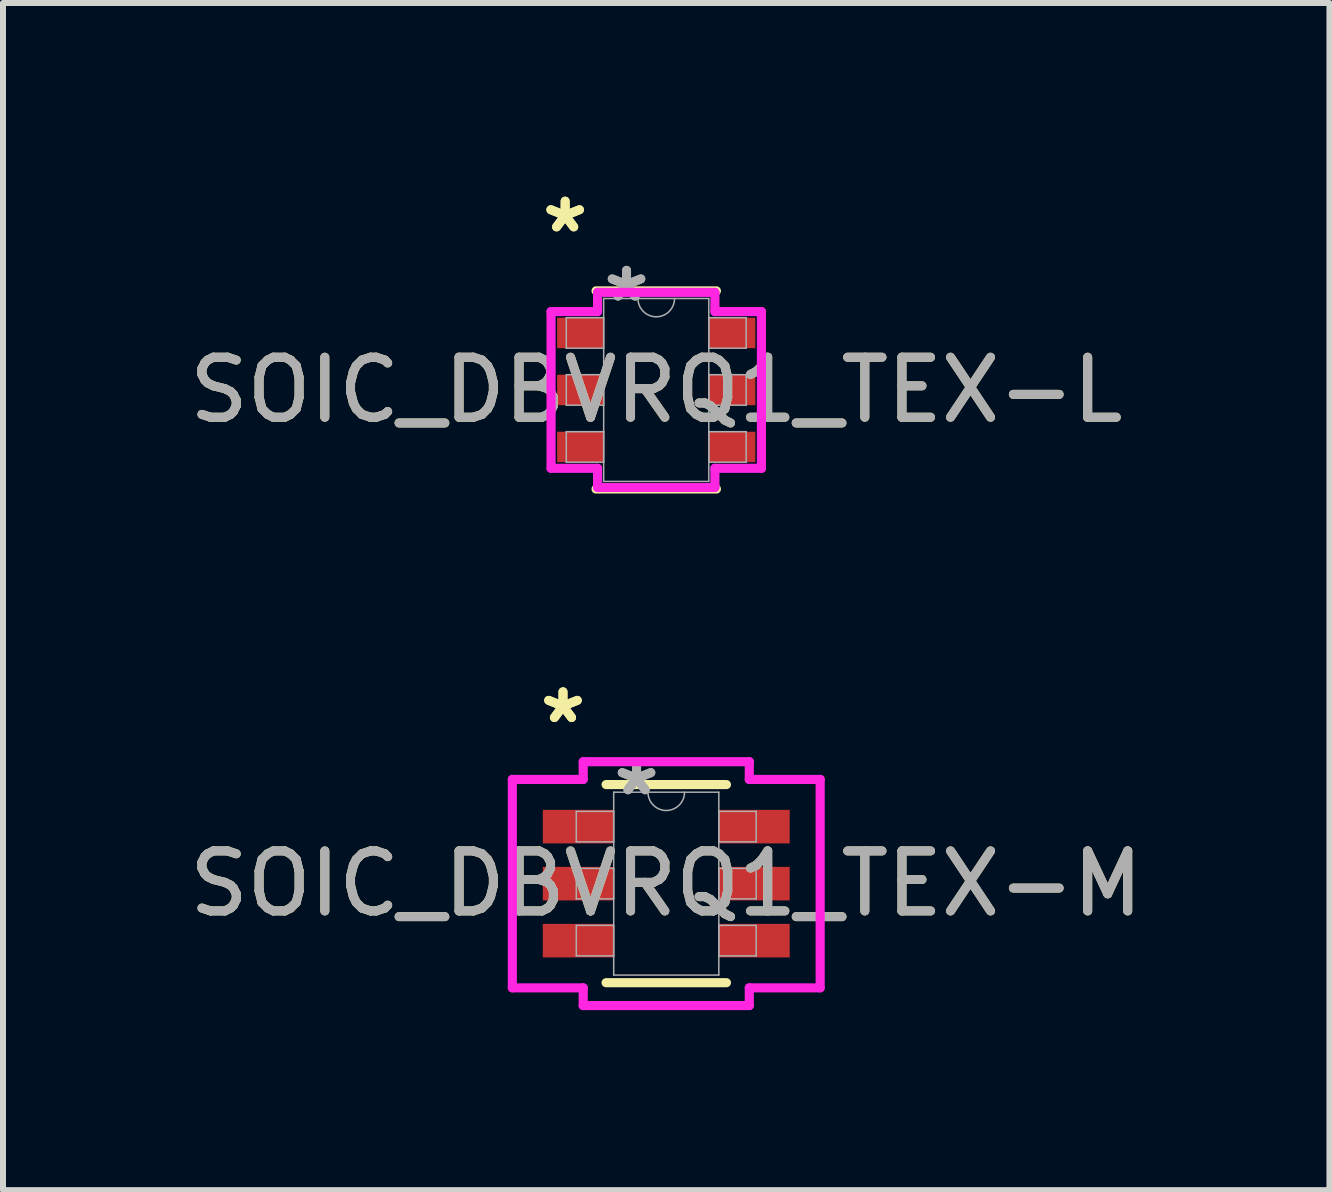
<source format=kicad_pcb>
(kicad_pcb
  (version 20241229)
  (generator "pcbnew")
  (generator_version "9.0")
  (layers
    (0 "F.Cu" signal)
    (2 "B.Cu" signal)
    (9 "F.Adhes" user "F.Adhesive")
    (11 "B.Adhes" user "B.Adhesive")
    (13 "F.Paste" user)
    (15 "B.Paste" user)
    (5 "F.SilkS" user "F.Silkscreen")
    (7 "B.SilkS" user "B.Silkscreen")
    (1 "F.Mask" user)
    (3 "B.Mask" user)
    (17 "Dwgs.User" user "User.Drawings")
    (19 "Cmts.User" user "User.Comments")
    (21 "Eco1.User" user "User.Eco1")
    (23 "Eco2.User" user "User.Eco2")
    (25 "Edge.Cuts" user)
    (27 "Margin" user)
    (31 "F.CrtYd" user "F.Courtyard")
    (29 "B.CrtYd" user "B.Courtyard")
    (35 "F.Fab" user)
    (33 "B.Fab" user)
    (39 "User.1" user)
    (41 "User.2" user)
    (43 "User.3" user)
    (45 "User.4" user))
  (footprint "SOIC_DBVRQ1_TEX-L"
    (layer "F.Cu")
    (at 7.887 3.449)
    (property "Reference" "SOIC_DBVRQ1_TEX-L" (at 0 0 0) (unlocked yes) (layer "F.SilkS") (effects (font (size 1 1) (thickness 0.15))))
    (attr smd)
    (fp_line (start -1.003 1.651) (end 1.003 1.651) (stroke (width 0.152) (type solid)) (layer "F.SilkS"))
    (fp_line (start 1.003 -1.651) (end -1.003 -1.651) (stroke (width 0.152) (type solid)) (layer "F.SilkS"))
    (fp_line (start -1.753 -1.306) (end -0.978 -1.306) (stroke (width 0.152) (type solid)) (layer "F.CrtYd"))
    (fp_line (start -1.753 1.306) (end -1.753 -1.306) (stroke (width 0.152) (type solid)) (layer "F.CrtYd"))
    (fp_line (start -1.753 1.306) (end -0.978 1.306) (stroke (width 0.152) (type solid)) (layer "F.CrtYd"))
    (fp_line (start -0.978 -1.626) (end 0.978 -1.626) (stroke (width 0.152) (type solid)) (layer "F.CrtYd"))
    (fp_line (start -0.978 -1.306) (end -0.978 -1.626) (stroke (width 0.152) (type solid)) (layer "F.CrtYd"))
    (fp_line (start -0.978 1.626) (end -0.978 1.306) (stroke (width 0.152) (type solid)) (layer "F.CrtYd"))
    (fp_line (start 0.978 -1.626) (end 0.978 -1.306) (stroke (width 0.152) (type solid)) (layer "F.CrtYd"))
    (fp_line (start 0.978 1.306) (end 0.978 1.626) (stroke (width 0.152) (type solid)) (layer "F.CrtYd"))
    (fp_line (start 0.978 1.626) (end -0.978 1.626) (stroke (width 0.152) (type solid)) (layer "F.CrtYd"))
    (fp_line (start 1.753 -1.306) (end 0.978 -1.306) (stroke (width 0.152) (type solid)) (layer "F.CrtYd"))
    (fp_line (start 1.753 -1.306) (end 1.753 1.306) (stroke (width 0.152) (type solid)) (layer "F.CrtYd"))
    (fp_line (start 1.753 1.306) (end 0.978 1.306) (stroke (width 0.152) (type solid)) (layer "F.CrtYd"))
    (fp_line (start -1.499 -1.204) (end -1.499 -0.696) (stroke (width 0.025) (type solid)) (layer "F.Fab"))
    (fp_line (start -1.499 -0.696) (end -0.876 -0.696) (stroke (width 0.025) (type solid)) (layer "F.Fab"))
    (fp_line (start -1.499 -0.254) (end -1.499 0.254) (stroke (width 0.025) (type solid)) (layer "F.Fab"))
    (fp_line (start -1.499 0.254) (end -0.876 0.254) (stroke (width 0.025) (type solid)) (layer "F.Fab"))
    (fp_line (start -1.499 0.696) (end -1.499 1.204) (stroke (width 0.025) (type solid)) (layer "F.Fab"))
    (fp_line (start -1.499 1.204) (end -0.876 1.204) (stroke (width 0.025) (type solid)) (layer "F.Fab"))
    (fp_line (start -0.876 -1.524) (end -0.876 1.524) (stroke (width 0.025) (type solid)) (layer "F.Fab"))
    (fp_line (start -0.876 -1.204) (end -1.499 -1.204) (stroke (width 0.025) (type solid)) (layer "F.Fab"))
    (fp_line (start -0.876 -0.696) (end -0.876 -1.204) (stroke (width 0.025) (type solid)) (layer "F.Fab"))
    (fp_line (start -0.876 -0.254) (end -1.499 -0.254) (stroke (width 0.025) (type solid)) (layer "F.Fab"))
    (fp_line (start -0.876 0.254) (end -0.876 -0.254) (stroke (width 0.025) (type solid)) (layer "F.Fab"))
    (fp_line (start -0.876 0.696) (end -1.499 0.696) (stroke (width 0.025) (type solid)) (layer "F.Fab"))
    (fp_line (start -0.876 1.204) (end -0.876 0.696) (stroke (width 0.025) (type solid)) (layer "F.Fab"))
    (fp_line (start -0.876 1.524) (end 0.876 1.524) (stroke (width 0.025) (type solid)) (layer "F.Fab"))
    (fp_line (start 0.876 -1.524) (end -0.876 -1.524) (stroke (width 0.025) (type solid)) (layer "F.Fab"))
    (fp_line (start 0.876 -1.204) (end 0.876 -0.696) (stroke (width 0.025) (type solid)) (layer "F.Fab"))
    (fp_line (start 0.876 -0.696) (end 1.499 -0.696) (stroke (width 0.025) (type solid)) (layer "F.Fab"))
    (fp_line (start 0.876 -0.254) (end 0.876 0.254) (stroke (width 0.025) (type solid)) (layer "F.Fab"))
    (fp_line (start 0.876 0.254) (end 1.499 0.254) (stroke (width 0.025) (type solid)) (layer "F.Fab"))
    (fp_line (start 0.876 0.696) (end 0.876 1.204) (stroke (width 0.025) (type solid)) (layer "F.Fab"))
    (fp_line (start 0.876 1.204) (end 1.499 1.204) (stroke (width 0.025) (type solid)) (layer "F.Fab"))
    (fp_line (start 0.876 1.524) (end 0.876 -1.524) (stroke (width 0.025) (type solid)) (layer "F.Fab"))
    (fp_line (start 1.499 -1.204) (end 0.876 -1.204) (stroke (width 0.025) (type solid)) (layer "F.Fab"))
    (fp_line (start 1.499 -0.696) (end 1.499 -1.204) (stroke (width 0.025) (type solid)) (layer "F.Fab"))
    (fp_line (start 1.499 -0.254) (end 0.876 -0.254) (stroke (width 0.025) (type solid)) (layer "F.Fab"))
    (fp_line (start 1.499 0.254) (end 1.499 -0.254) (stroke (width 0.025) (type solid)) (layer "F.Fab"))
    (fp_line (start 1.499 0.696) (end 0.876 0.696) (stroke (width 0.025) (type solid)) (layer "F.Fab"))
    (fp_line (start 1.499 1.204) (end 1.499 0.696) (stroke (width 0.025) (type solid)) (layer "F.Fab"))
    (fp_arc (start 0.3048 -1.524) (mid 0 -1.2192) (end -0.3048 -1.524) (stroke (width 0.0254) (type solid)) (layer "F.Fab"))
    (fp_text user "*" (at -1.518 -2.601 0) (layer "F.SilkS") (effects (font (size 1 1) (thickness 0.15))))
    (fp_text user "*" (at -1.518 -2.601 0) (unlocked yes) (layer "F.SilkS") (effects (font (size 1 1) (thickness 0.15))))
    (fp_text user "${REFERENCE}" (at 0 0 0) (unlocked yes) (layer "F.Fab") (effects (font (size 1 1) (thickness 0.15))))
    (fp_text user "*" (at -0.495 -1.448 0) (unlocked yes) (layer "F.Fab") (effects (font (size 1 1) (thickness 0.15))))
    (fp_text user "*" (at -0.495 -1.448 0) (layer "F.Fab") (effects (font (size 1 1) (thickness 0.15))))
    (pad "1" smd rect (at -1.264 -0.95) (size 0.775 0.508) (layers "F.Cu" "F.Mask" "F.Paste"))
    (pad "2" smd rect (at -1.264 0) (size 0.775 0.508) (layers "F.Cu" "F.Mask" "F.Paste"))
    (pad "3" smd rect (at -1.264 0.95) (size 0.775 0.508) (layers "F.Cu" "F.Mask" "F.Paste"))
    (pad "4" smd rect (at 1.264 0.95) (size 0.775 0.508) (layers "F.Cu" "F.Mask" "F.Paste"))
    (pad "5" smd rect (at 1.264 0) (size 0.775 0.508) (layers "F.Cu" "F.Mask" "F.Paste"))
    (pad "6" smd rect (at 1.264 -0.95) (size 0.775 0.508) (layers "F.Cu" "F.Mask" "F.Paste")))
  (footprint "SOIC_DBVRQ1_TEX-M"
    (layer "F.Cu")
    (at 8.054 11.677)
    (property "Reference" "SOIC_DBVRQ1_TEX-M" (at 0 0 0) (unlocked yes) (layer "F.SilkS") (effects (font (size 1 1) (thickness 0.15))))
    (attr smd)
    (fp_line (start -1.003 1.651) (end 1.003 1.651) (stroke (width 0.152) (type solid)) (layer "F.SilkS"))
    (fp_line (start 1.003 -1.651) (end -1.003 -1.651) (stroke (width 0.152) (type solid)) (layer "F.SilkS"))
    (fp_line (start -2.565 -1.737) (end -1.384 -1.737) (stroke (width 0.152) (type solid)) (layer "F.CrtYd"))
    (fp_line (start -2.565 1.737) (end -2.565 -1.737) (stroke (width 0.152) (type solid)) (layer "F.CrtYd"))
    (fp_line (start -2.565 1.737) (end -1.384 1.737) (stroke (width 0.152) (type solid)) (layer "F.CrtYd"))
    (fp_line (start -1.384 -2.032) (end 1.384 -2.032) (stroke (width 0.152) (type solid)) (layer "F.CrtYd"))
    (fp_line (start -1.384 -1.737) (end -1.384 -2.032) (stroke (width 0.152) (type solid)) (layer "F.CrtYd"))
    (fp_line (start -1.384 2.032) (end -1.384 1.737) (stroke (width 0.152) (type solid)) (layer "F.CrtYd"))
    (fp_line (start 1.384 -2.032) (end 1.384 -1.737) (stroke (width 0.152) (type solid)) (layer "F.CrtYd"))
    (fp_line (start 1.384 1.737) (end 1.384 2.032) (stroke (width 0.152) (type solid)) (layer "F.CrtYd"))
    (fp_line (start 1.384 2.032) (end -1.384 2.032) (stroke (width 0.152) (type solid)) (layer "F.CrtYd"))
    (fp_line (start 2.565 -1.737) (end 1.384 -1.737) (stroke (width 0.152) (type solid)) (layer "F.CrtYd"))
    (fp_line (start 2.565 -1.737) (end 2.565 1.737) (stroke (width 0.152) (type solid)) (layer "F.CrtYd"))
    (fp_line (start 2.565 1.737) (end 1.384 1.737) (stroke (width 0.152) (type solid)) (layer "F.CrtYd"))
    (fp_line (start -1.499 -1.204) (end -1.499 -0.696) (stroke (width 0.025) (type solid)) (layer "F.Fab"))
    (fp_line (start -1.499 -0.696) (end -0.876 -0.696) (stroke (width 0.025) (type solid)) (layer "F.Fab"))
    (fp_line (start -1.499 -0.254) (end -1.499 0.254) (stroke (width 0.025) (type solid)) (layer "F.Fab"))
    (fp_line (start -1.499 0.254) (end -0.876 0.254) (stroke (width 0.025) (type solid)) (layer "F.Fab"))
    (fp_line (start -1.499 0.696) (end -1.499 1.204) (stroke (width 0.025) (type solid)) (layer "F.Fab"))
    (fp_line (start -1.499 1.204) (end -0.876 1.204) (stroke (width 0.025) (type solid)) (layer "F.Fab"))
    (fp_line (start -0.876 -1.524) (end -0.876 1.524) (stroke (width 0.025) (type solid)) (layer "F.Fab"))
    (fp_line (start -0.876 -1.204) (end -1.499 -1.204) (stroke (width 0.025) (type solid)) (layer "F.Fab"))
    (fp_line (start -0.876 -0.696) (end -0.876 -1.204) (stroke (width 0.025) (type solid)) (layer "F.Fab"))
    (fp_line (start -0.876 -0.254) (end -1.499 -0.254) (stroke (width 0.025) (type solid)) (layer "F.Fab"))
    (fp_line (start -0.876 0.254) (end -0.876 -0.254) (stroke (width 0.025) (type solid)) (layer "F.Fab"))
    (fp_line (start -0.876 0.696) (end -1.499 0.696) (stroke (width 0.025) (type solid)) (layer "F.Fab"))
    (fp_line (start -0.876 1.204) (end -0.876 0.696) (stroke (width 0.025) (type solid)) (layer "F.Fab"))
    (fp_line (start -0.876 1.524) (end 0.876 1.524) (stroke (width 0.025) (type solid)) (layer "F.Fab"))
    (fp_line (start 0.876 -1.524) (end -0.876 -1.524) (stroke (width 0.025) (type solid)) (layer "F.Fab"))
    (fp_line (start 0.876 -1.204) (end 0.876 -0.696) (stroke (width 0.025) (type solid)) (layer "F.Fab"))
    (fp_line (start 0.876 -0.696) (end 1.499 -0.696) (stroke (width 0.025) (type solid)) (layer "F.Fab"))
    (fp_line (start 0.876 -0.254) (end 0.876 0.254) (stroke (width 0.025) (type solid)) (layer "F.Fab"))
    (fp_line (start 0.876 0.254) (end 1.499 0.254) (stroke (width 0.025) (type solid)) (layer "F.Fab"))
    (fp_line (start 0.876 0.696) (end 0.876 1.204) (stroke (width 0.025) (type solid)) (layer "F.Fab"))
    (fp_line (start 0.876 1.204) (end 1.499 1.204) (stroke (width 0.025) (type solid)) (layer "F.Fab"))
    (fp_line (start 0.876 1.524) (end 0.876 -1.524) (stroke (width 0.025) (type solid)) (layer "F.Fab"))
    (fp_line (start 1.499 -1.204) (end 0.876 -1.204) (stroke (width 0.025) (type solid)) (layer "F.Fab"))
    (fp_line (start 1.499 -0.696) (end 1.499 -1.204) (stroke (width 0.025) (type solid)) (layer "F.Fab"))
    (fp_line (start 1.499 -0.254) (end 0.876 -0.254) (stroke (width 0.025) (type solid)) (layer "F.Fab"))
    (fp_line (start 1.499 0.254) (end 1.499 -0.254) (stroke (width 0.025) (type solid)) (layer "F.Fab"))
    (fp_line (start 1.499 0.696) (end 0.876 0.696) (stroke (width 0.025) (type solid)) (layer "F.Fab"))
    (fp_line (start 1.499 1.204) (end 1.499 0.696) (stroke (width 0.025) (type solid)) (layer "F.Fab"))
    (fp_arc (start 0.3048 -1.524) (mid 0 -1.2192) (end -0.3048 -1.524) (stroke (width 0.0254) (type solid)) (layer "F.Fab"))
    (fp_text user "*" (at -1.721 -2.652 0) (layer "F.SilkS") (effects (font (size 1 1) (thickness 0.15))))
    (fp_text user "*" (at -1.721 -2.652 0) (unlocked yes) (layer "F.SilkS") (effects (font (size 1 1) (thickness 0.15))))
    (fp_text user "*" (at -0.495 -1.448 0) (layer "F.Fab") (effects (font (size 1 1) (thickness 0.15))))
    (fp_text user "*" (at -0.495 -1.448 0) (unlocked yes) (layer "F.Fab") (effects (font (size 1 1) (thickness 0.15))))
    (fp_text user "${REFERENCE}" (at 0 0 0) (unlocked yes) (layer "F.Fab") (effects (font (size 1 1) (thickness 0.15))))
    (pad "1" smd rect (at -1.467 -0.95) (size 1.181 0.559) (layers "F.Cu" "F.Mask" "F.Paste"))
    (pad "2" smd rect (at -1.467 0) (size 1.181 0.559) (layers "F.Cu" "F.Mask" "F.Paste"))
    (pad "3" smd rect (at -1.467 0.95) (size 1.181 0.559) (layers "F.Cu" "F.Mask" "F.Paste"))
    (pad "4" smd rect (at 1.467 0.95) (size 1.181 0.559) (layers "F.Cu" "F.Mask" "F.Paste"))
    (pad "5" smd rect (at 1.467 0) (size 1.181 0.559) (layers "F.Cu" "F.Mask" "F.Paste"))
    (pad "6" smd rect (at 1.467 -0.95) (size 1.181 0.559) (layers "F.Cu" "F.Mask" "F.Paste")))
  (gr_rect
    (start -3 -3)
    (end 19.107 16.785)
    (stroke (width 0.1) (type default))
    (fill no)
    (layer "Edge.Cuts")))
</source>
